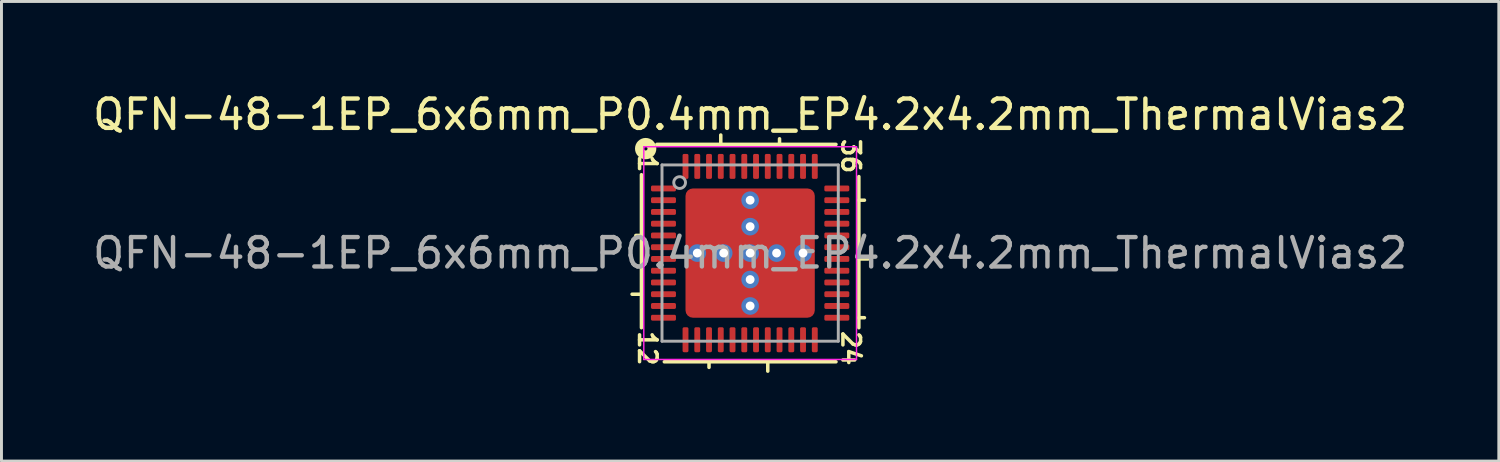
<source format=kicad_pcb>
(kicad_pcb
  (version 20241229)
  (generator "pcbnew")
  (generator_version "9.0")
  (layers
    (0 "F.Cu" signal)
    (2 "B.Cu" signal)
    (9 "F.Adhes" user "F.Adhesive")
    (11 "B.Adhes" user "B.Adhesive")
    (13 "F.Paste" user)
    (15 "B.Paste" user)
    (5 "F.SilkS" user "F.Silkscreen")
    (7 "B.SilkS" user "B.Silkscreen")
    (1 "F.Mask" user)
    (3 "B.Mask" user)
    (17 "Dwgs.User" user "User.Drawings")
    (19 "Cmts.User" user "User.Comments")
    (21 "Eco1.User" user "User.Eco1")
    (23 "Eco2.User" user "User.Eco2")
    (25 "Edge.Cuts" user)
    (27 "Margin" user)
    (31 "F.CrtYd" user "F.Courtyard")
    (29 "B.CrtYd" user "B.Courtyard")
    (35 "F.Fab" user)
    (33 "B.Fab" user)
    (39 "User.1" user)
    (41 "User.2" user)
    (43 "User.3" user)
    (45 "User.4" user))
  (footprint "QFN-48-1EP_6x6mm_P0.4mm_EP4.2x4.2mm_ThermalVias2"
    (layer "F.Cu")
    (at 22.482 5.564)
    (property "Reference" "QFN-48-1EP_6x6mm_P0.4mm_EP4.2x4.2mm_ThermalVias2" (at 0 -4.716 0) (layer "F.SilkS") (effects (font (size 1 1) (thickness 0.15))))
    (attr smd)
    (fp_line (start -3.7 -2.667) (end -3.7 2.54) (stroke (width 0.12) (type solid)) (layer "F.SilkS"))
    (fp_line (start -3.7 -0.6) (end -3.89 -0.6) (stroke (width 0.12) (type solid)) (layer "F.SilkS"))
    (fp_line (start -3.7 1.4) (end -4.018 1.4) (stroke (width 0.12) (type solid)) (layer "F.SilkS"))
    (fp_line (start -2.921 3.7) (end 2.921 3.7) (stroke (width 0.12) (type solid)) (layer "F.SilkS"))
    (fp_line (start -1.4 3.89) (end -1.4 3.7) (stroke (width 0.12) (type solid)) (layer "F.SilkS"))
    (fp_line (start -1 -3.7) (end -1 -4.018) (stroke (width 0.12) (type solid)) (layer "F.SilkS"))
    (fp_line (start 0.6 3.7) (end 0.6 4.018) (stroke (width 0.12) (type solid)) (layer "F.SilkS"))
    (fp_line (start 1 -3.7) (end 1 -3.89) (stroke (width 0.12) (type solid)) (layer "F.SilkS"))
    (fp_line (start 2.921 -3.7) (end -3.175 -3.7) (stroke (width 0.12) (type solid)) (layer "F.SilkS"))
    (fp_line (start 3.7 -1.8) (end 3.89 -1.8) (stroke (width 0.12) (type solid)) (layer "F.SilkS"))
    (fp_line (start 3.7 0.2) (end 4.018 0.2) (stroke (width 0.12) (type solid)) (layer "F.SilkS"))
    (fp_line (start 3.7 2.2) (end 3.89 2.2) (stroke (width 0.12) (type solid)) (layer "F.SilkS"))
    (fp_line (start 3.7 2.54) (end 3.7 -2.603) (stroke (width 0.12) (type solid)) (layer "F.SilkS"))
    (fp_circle (center -3.556 -3.556) (end -3.493 -3.556) (stroke (width 0.3) (type solid)) (fill no) (layer "F.SilkS"))
    (fp_line (start -3.62 -3.62) (end -3.62 3.62) (stroke (width 0.05) (type solid)) (layer "F.CrtYd"))
    (fp_line (start -3.62 3.62) (end 3.62 3.62) (stroke (width 0.05) (type solid)) (layer "F.CrtYd"))
    (fp_line (start 3.62 -3.62) (end -3.62 -3.62) (stroke (width 0.05) (type solid)) (layer "F.CrtYd"))
    (fp_line (start 3.62 3.62) (end 3.62 -3.62) (stroke (width 0.05) (type solid)) (layer "F.CrtYd"))
    (fp_line (start -3 -3) (end 3 -3) (stroke (width 0.1) (type solid)) (layer "F.Fab"))
    (fp_line (start -3 3) (end -3 -3) (stroke (width 0.1) (type solid)) (layer "F.Fab"))
    (fp_line (start 3 -3) (end 3 3) (stroke (width 0.1) (type solid)) (layer "F.Fab"))
    (fp_line (start 3 3) (end -3 3) (stroke (width 0.1) (type solid)) (layer "F.Fab"))
    (fp_circle (center -2.4 -2.4) (end -2.2 -2.4) (stroke (width 0.1) (type solid)) (fill no) (layer "F.Fab"))
    (fp_text user "24" (at 3.429 3.239 270) (unlocked yes) (layer "F.SilkS") (effects (font (size 0.6 0.6) (thickness 0.12))))
    (fp_text user "36" (at 3.429 -3.302 270) (unlocked yes) (layer "F.SilkS") (effects (font (size 0.6 0.6) (thickness 0.12))))
    (fp_text user "12" (at -3.493 3.239 270) (unlocked yes) (layer "F.SilkS") (effects (font (size 0.6 0.6) (thickness 0.12))))
    (fp_text user "1" (at -3.493 -3.048 270) (unlocked yes) (layer "F.SilkS") (effects (font (size 0.6 0.6) (thickness 0.12))))
    (fp_text user "${REFERENCE}" (at 0 0 0) (layer "F.Fab") (effects (font (size 1 1) (thickness 0.15))))
    (pad "" smd roundrect (at -1.625 -1.625) (size 0.65 0.65) (layers "F.Paste") (roundrect_rratio 0.25))
    (pad "" smd roundrect (at -1.625 -0.775) (size 0.65 0.65) (layers "F.Paste") (roundrect_rratio 0.25))
    (pad "" smd roundrect (at -1.625 0.775) (size 0.65 0.65) (layers "F.Paste") (roundrect_rratio 0.25))
    (pad "" smd roundrect (at -1.625 1.625) (size 0.65 0.65) (layers "F.Paste") (roundrect_rratio 0.25))
    (pad "" smd roundrect (at -1.2 -1.2 180) (size 1.8 1.8) (layers "F.Mask") (roundrect_rratio 0.139))
    (pad "" smd roundrect (at -1.2 1.2 180) (size 1.8 1.8) (layers "F.Mask") (roundrect_rratio 0.139))
    (pad "" smd roundrect (at -0.775 -1.625) (size 0.65 0.65) (layers "F.Paste") (roundrect_rratio 0.25))
    (pad "" smd roundrect (at -0.775 -0.775) (size 0.65 0.65) (layers "F.Paste") (roundrect_rratio 0.25))
    (pad "" smd roundrect (at -0.775 0.775) (size 0.65 0.65) (layers "F.Paste") (roundrect_rratio 0.25))
    (pad "" smd roundrect (at -0.775 1.625) (size 0.65 0.65) (layers "F.Paste") (roundrect_rratio 0.25))
    (pad "" smd roundrect (at 0.775 -1.625) (size 0.65 0.65) (layers "F.Paste") (roundrect_rratio 0.25))
    (pad "" smd roundrect (at 0.775 -0.775) (size 0.65 0.65) (layers "F.Paste") (roundrect_rratio 0.25))
    (pad "" smd roundrect (at 0.775 0.775) (size 0.65 0.65) (layers "F.Paste") (roundrect_rratio 0.25))
    (pad "" smd roundrect (at 0.775 1.625) (size 0.65 0.65) (layers "F.Paste") (roundrect_rratio 0.25))
    (pad "" smd roundrect (at 1.2 -1.2 180) (size 1.8 1.8) (layers "F.Mask") (roundrect_rratio 0.139))
    (pad "" smd roundrect (at 1.2 1.2 180) (size 1.8 1.8) (layers "F.Mask") (roundrect_rratio 0.139))
    (pad "" smd roundrect (at 1.625 -1.625) (size 0.65 0.65) (layers "F.Paste") (roundrect_rratio 0.25))
    (pad "" smd roundrect (at 1.625 -0.775) (size 0.65 0.65) (layers "F.Paste") (roundrect_rratio 0.25))
    (pad "" smd roundrect (at 1.625 0.775) (size 0.65 0.65) (layers "F.Paste") (roundrect_rratio 0.25))
    (pad "" smd roundrect (at 1.625 1.625) (size 0.65 0.65) (layers "F.Paste") (roundrect_rratio 0.25))
    (pad "1" smd roundrect (at -2.95 -2.2) (size 0.85 0.2) (layers "F.Cu" "F.Mask" "F.Paste") (roundrect_rratio 0.25))
    (pad "2" smd roundrect (at -2.95 -1.8) (size 0.85 0.2) (layers "F.Cu" "F.Mask" "F.Paste") (roundrect_rratio 0.25))
    (pad "3" smd roundrect (at -2.95 -1.4) (size 0.85 0.2) (layers "F.Cu" "F.Mask" "F.Paste") (roundrect_rratio 0.25))
    (pad "4" smd roundrect (at -2.95 -1) (size 0.85 0.2) (layers "F.Cu" "F.Mask" "F.Paste") (roundrect_rratio 0.25))
    (pad "5" smd roundrect (at -2.95 -0.6) (size 0.85 0.2) (layers "F.Cu" "F.Mask" "F.Paste") (roundrect_rratio 0.25))
    (pad "6" smd roundrect (at -2.95 -0.2) (size 0.85 0.2) (layers "F.Cu" "F.Mask" "F.Paste") (roundrect_rratio 0.25))
    (pad "7" smd roundrect (at -2.95 0.2) (size 0.85 0.2) (layers "F.Cu" "F.Mask" "F.Paste") (roundrect_rratio 0.25))
    (pad "8" smd roundrect (at -2.95 0.6) (size 0.85 0.2) (layers "F.Cu" "F.Mask" "F.Paste") (roundrect_rratio 0.25))
    (pad "9" smd roundrect (at -2.95 1) (size 0.85 0.2) (layers "F.Cu" "F.Mask" "F.Paste") (roundrect_rratio 0.25))
    (pad "10" smd roundrect (at -2.95 1.4) (size 0.85 0.2) (layers "F.Cu" "F.Mask" "F.Paste") (roundrect_rratio 0.25))
    (pad "11" smd roundrect (at -2.95 1.8) (size 0.85 0.2) (layers "F.Cu" "F.Mask" "F.Paste") (roundrect_rratio 0.25))
    (pad "12" smd roundrect (at -2.95 2.2) (size 0.85 0.2) (layers "F.Cu" "F.Mask" "F.Paste") (roundrect_rratio 0.25))
    (pad "13" smd roundrect (at -2.2 2.95) (size 0.2 0.85) (layers "F.Cu" "F.Mask" "F.Paste") (roundrect_rratio 0.25))
    (pad "14" smd roundrect (at -1.8 2.95) (size 0.2 0.85) (layers "F.Cu" "F.Mask" "F.Paste") (roundrect_rratio 0.25))
    (pad "15" smd roundrect (at -1.4 2.95) (size 0.2 0.85) (layers "F.Cu" "F.Mask" "F.Paste") (roundrect_rratio 0.25))
    (pad "16" smd roundrect (at -1 2.95) (size 0.2 0.85) (layers "F.Cu" "F.Mask" "F.Paste") (roundrect_rratio 0.25))
    (pad "17" smd roundrect (at -0.6 2.95) (size 0.2 0.85) (layers "F.Cu" "F.Mask" "F.Paste") (roundrect_rratio 0.25))
    (pad "18" smd roundrect (at -0.2 2.95) (size 0.2 0.85) (layers "F.Cu" "F.Mask" "F.Paste") (roundrect_rratio 0.25))
    (pad "19" smd roundrect (at 0.2 2.95) (size 0.2 0.85) (layers "F.Cu" "F.Mask" "F.Paste") (roundrect_rratio 0.25))
    (pad "20" smd roundrect (at 0.6 2.95) (size 0.2 0.85) (layers "F.Cu" "F.Mask" "F.Paste") (roundrect_rratio 0.25))
    (pad "21" smd roundrect (at 1 2.95) (size 0.2 0.85) (layers "F.Cu" "F.Mask" "F.Paste") (roundrect_rratio 0.25))
    (pad "22" smd roundrect (at 1.4 2.95) (size 0.2 0.85) (layers "F.Cu" "F.Mask" "F.Paste") (roundrect_rratio 0.25))
    (pad "23" smd roundrect (at 1.8 2.95) (size 0.2 0.85) (layers "F.Cu" "F.Mask" "F.Paste") (roundrect_rratio 0.25))
    (pad "24" smd roundrect (at 2.2 2.95) (size 0.2 0.85) (layers "F.Cu" "F.Mask" "F.Paste") (roundrect_rratio 0.25))
    (pad "25" smd roundrect (at 2.95 2.2) (size 0.85 0.2) (layers "F.Cu" "F.Mask" "F.Paste") (roundrect_rratio 0.25))
    (pad "26" smd roundrect (at 2.95 1.8) (size 0.85 0.2) (layers "F.Cu" "F.Mask" "F.Paste") (roundrect_rratio 0.25))
    (pad "27" smd roundrect (at 2.95 1.4) (size 0.85 0.2) (layers "F.Cu" "F.Mask" "F.Paste") (roundrect_rratio 0.25))
    (pad "28" smd roundrect (at 2.95 1) (size 0.85 0.2) (layers "F.Cu" "F.Mask" "F.Paste") (roundrect_rratio 0.25))
    (pad "29" smd roundrect (at 2.95 0.6) (size 0.85 0.2) (layers "F.Cu" "F.Mask" "F.Paste") (roundrect_rratio 0.25))
    (pad "30" smd roundrect (at 2.95 0.2) (size 0.85 0.2) (layers "F.Cu" "F.Mask" "F.Paste") (roundrect_rratio 0.25))
    (pad "31" smd roundrect (at 2.95 -0.2) (size 0.85 0.2) (layers "F.Cu" "F.Mask" "F.Paste") (roundrect_rratio 0.25))
    (pad "32" smd roundrect (at 2.95 -0.6) (size 0.85 0.2) (layers "F.Cu" "F.Mask" "F.Paste") (roundrect_rratio 0.25))
    (pad "33" smd roundrect (at 2.95 -1) (size 0.85 0.2) (layers "F.Cu" "F.Mask" "F.Paste") (roundrect_rratio 0.25))
    (pad "34" smd roundrect (at 2.95 -1.4) (size 0.85 0.2) (layers "F.Cu" "F.Mask" "F.Paste") (roundrect_rratio 0.25))
    (pad "35" smd roundrect (at 2.95 -1.8) (size 0.85 0.2) (layers "F.Cu" "F.Mask" "F.Paste") (roundrect_rratio 0.25))
    (pad "36" smd roundrect (at 2.95 -2.2) (size 0.85 0.2) (layers "F.Cu" "F.Mask" "F.Paste") (roundrect_rratio 0.25))
    (pad "37" smd roundrect (at 2.2 -2.95) (size 0.2 0.85) (layers "F.Cu" "F.Mask" "F.Paste") (roundrect_rratio 0.25))
    (pad "38" smd roundrect (at 1.8 -2.95) (size 0.2 0.85) (layers "F.Cu" "F.Mask" "F.Paste") (roundrect_rratio 0.25))
    (pad "39" smd roundrect (at 1.4 -2.95) (size 0.2 0.85) (layers "F.Cu" "F.Mask" "F.Paste") (roundrect_rratio 0.25))
    (pad "40" smd roundrect (at 1 -2.95) (size 0.2 0.85) (layers "F.Cu" "F.Mask" "F.Paste") (roundrect_rratio 0.25))
    (pad "41" smd roundrect (at 0.6 -2.95) (size 0.2 0.85) (layers "F.Cu" "F.Mask" "F.Paste") (roundrect_rratio 0.25))
    (pad "42" smd roundrect (at 0.2 -2.95) (size 0.2 0.85) (layers "F.Cu" "F.Mask" "F.Paste") (roundrect_rratio 0.25))
    (pad "43" smd roundrect (at -0.2 -2.95) (size 0.2 0.85) (layers "F.Cu" "F.Mask" "F.Paste") (roundrect_rratio 0.25))
    (pad "44" smd roundrect (at -0.6 -2.95) (size 0.2 0.85) (layers "F.Cu" "F.Mask" "F.Paste") (roundrect_rratio 0.25))
    (pad "45" smd roundrect (at -1 -2.95) (size 0.2 0.85) (layers "F.Cu" "F.Mask" "F.Paste") (roundrect_rratio 0.25))
    (pad "46" smd roundrect (at -1.4 -2.95) (size 0.2 0.85) (layers "F.Cu" "F.Mask" "F.Paste") (roundrect_rratio 0.25))
    (pad "47" smd roundrect (at -1.8 -2.95) (size 0.2 0.85) (layers "F.Cu" "F.Mask" "F.Paste") (roundrect_rratio 0.25))
    (pad "48" smd roundrect (at -2.2 -2.95) (size 0.2 0.85) (layers "F.Cu" "F.Mask" "F.Paste") (roundrect_rratio 0.25))
    (pad "49" thru_hole circle (at -1.8 0) (size 0.6 0.6) (drill 0.3) (property pad_prop_heatsink) (layers "*.Cu" "*.Mask"))
    (pad "49" thru_hole circle (at -0.9 0) (size 0.6 0.6) (drill 0.3) (property pad_prop_heatsink) (layers "*.Cu" "*.Mask"))
    (pad "49" thru_hole circle (at 0 -1.8) (size 0.6 0.6) (drill 0.3) (property pad_prop_heatsink) (layers "*.Cu" "*.Mask"))
    (pad "49" thru_hole circle (at 0 -0.9) (size 0.6 0.6) (drill 0.3) (property pad_prop_heatsink) (layers "*.Cu" "*.Mask"))
    (pad "49" thru_hole circle (at 0 0) (size 0.6 0.6) (drill 0.3) (property pad_prop_heatsink) (layers "*.Cu" "*.Mask"))
    (pad "49" smd roundrect (at 0 0) (size 4.4 4.4) (layers "F.Cu") (roundrect_rratio 0.057))
    (pad "49" thru_hole circle (at 0 0.9) (size 0.6 0.6) (drill 0.3) (property pad_prop_heatsink) (layers "*.Cu" "*.Mask"))
    (pad "49" thru_hole circle (at 0 1.8) (size 0.6 0.6) (drill 0.3) (property pad_prop_heatsink) (layers "*.Cu" "*.Mask"))
    (pad "49" thru_hole circle (at 0.9 0) (size 0.6 0.6) (drill 0.3) (property pad_prop_heatsink) (layers "*.Cu" "*.Mask"))
    (pad "49" thru_hole circle (at 1.8 0) (size 0.6 0.6) (drill 0.3) (property pad_prop_heatsink) (layers "*.Cu" "*.Mask")))
  (gr_rect
    (start -3 -3)
    (end 47.964 12.642)
    (stroke (width 0.1) (type default))
    (fill no)
    (layer "Edge.Cuts")))
</source>
